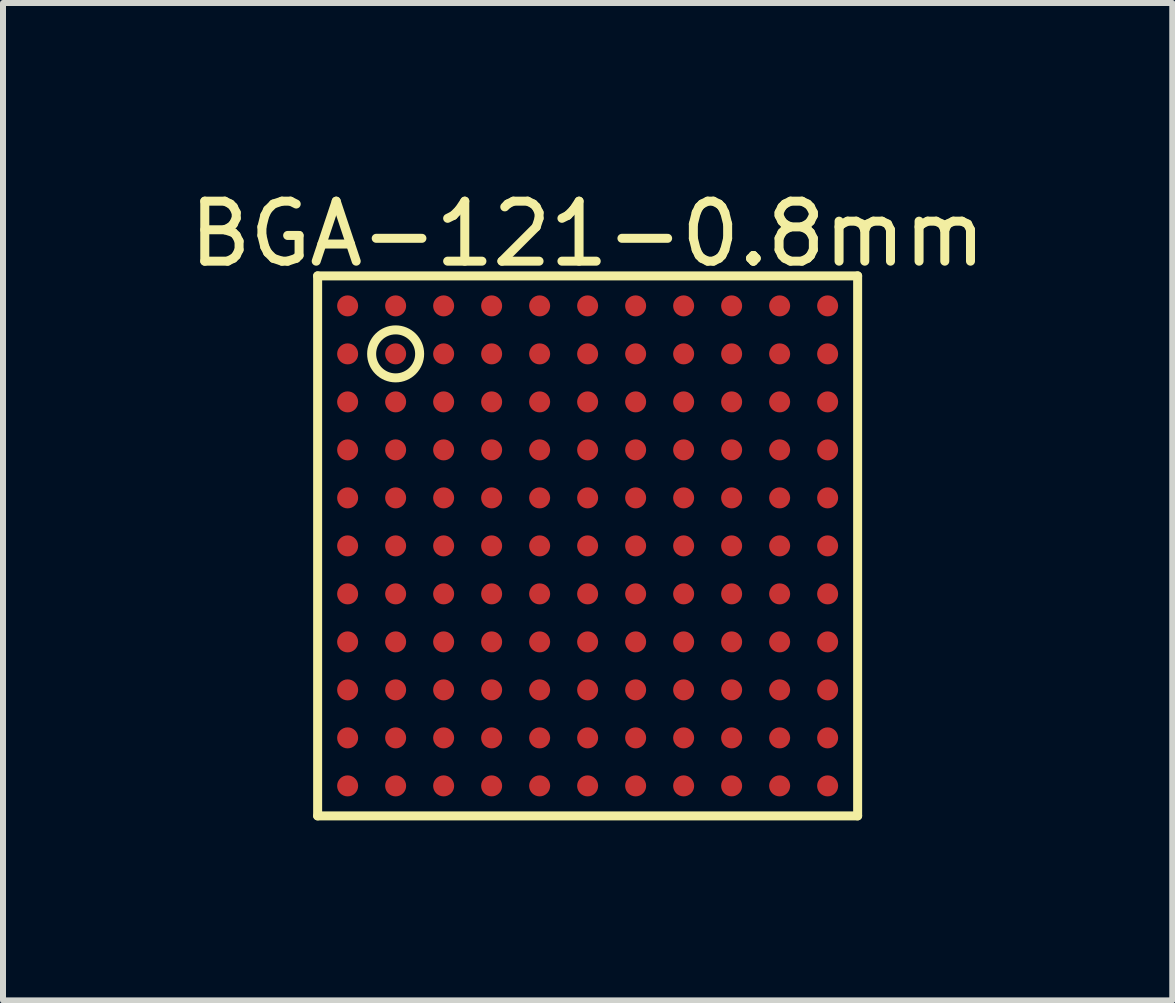
<source format=kicad_pcb>
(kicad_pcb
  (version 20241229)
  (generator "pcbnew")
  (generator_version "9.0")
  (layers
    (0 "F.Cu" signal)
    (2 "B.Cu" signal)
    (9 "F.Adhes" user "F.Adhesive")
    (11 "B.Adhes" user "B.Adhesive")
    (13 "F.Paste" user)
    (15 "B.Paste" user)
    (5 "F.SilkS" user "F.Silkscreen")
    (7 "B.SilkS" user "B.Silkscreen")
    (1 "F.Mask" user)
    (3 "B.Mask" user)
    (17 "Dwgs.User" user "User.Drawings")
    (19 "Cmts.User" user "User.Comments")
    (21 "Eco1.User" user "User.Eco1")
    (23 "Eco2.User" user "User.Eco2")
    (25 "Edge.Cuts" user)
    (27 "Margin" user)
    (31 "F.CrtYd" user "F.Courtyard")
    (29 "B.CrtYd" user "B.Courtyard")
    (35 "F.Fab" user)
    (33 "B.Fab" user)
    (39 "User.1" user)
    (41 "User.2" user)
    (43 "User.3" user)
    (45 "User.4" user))
  (footprint "BGA-121-0.8mm"
    (layer "F.Cu")
    (at 6.744 6.048)
    (property "Reference" "BGA-121-0.8mm" (at 0 -5.2 0) (layer "F.SilkS") (effects (font (size 1 1) (thickness 0.15))))
    (attr smd)
    (fp_line (start -4.5 -4.5) (end 4.5 -4.5) (stroke (width 0.15) (type solid)) (layer "F.SilkS"))
    (fp_line (start -4.5 4.5) (end -4.5 -4.5) (stroke (width 0.15) (type solid)) (layer "F.SilkS"))
    (fp_line (start 4.5 -4.5) (end 4.5 4.5) (stroke (width 0.15) (type solid)) (layer "F.SilkS"))
    (fp_line (start 4.5 4.5) (end -4.5 4.5) (stroke (width 0.15) (type solid)) (layer "F.SilkS"))
    (fp_circle (center -3.2 -3.2) (end -3.2 -3.6) (stroke (width 0.15) (type solid)) (fill no) (layer "F.SilkS"))
    (pad "A1" smd circle (at -4 -4) (size 0.35 0.35) (layers "F.Cu" "F.Mask" "F.Paste"))
    (pad "A2" smd circle (at -3.2 -4) (size 0.35 0.35) (layers "F.Cu" "F.Mask" "F.Paste"))
    (pad "A3" smd circle (at -2.4 -4) (size 0.35 0.35) (layers "F.Cu" "F.Mask" "F.Paste"))
    (pad "A4" smd circle (at -1.6 -4) (size 0.35 0.35) (layers "F.Cu" "F.Mask" "F.Paste"))
    (pad "A5" smd circle (at -0.8 -4) (size 0.35 0.35) (layers "F.Cu" "F.Mask" "F.Paste"))
    (pad "A6" smd circle (at 0 -4) (size 0.35 0.35) (layers "F.Cu" "F.Mask" "F.Paste"))
    (pad "A7" smd circle (at 0.8 -4) (size 0.35 0.35) (layers "F.Cu" "F.Mask" "F.Paste"))
    (pad "A8" smd circle (at 1.6 -4) (size 0.35 0.35) (layers "F.Cu" "F.Mask" "F.Paste"))
    (pad "A9" smd circle (at 2.4 -4) (size 0.35 0.35) (layers "F.Cu" "F.Mask" "F.Paste"))
    (pad "A10" smd circle (at 3.2 -4) (size 0.35 0.35) (layers "F.Cu" "F.Mask" "F.Paste"))
    (pad "A11" smd circle (at 4 -4) (size 0.35 0.35) (layers "F.Cu" "F.Mask" "F.Paste"))
    (pad "B1" smd circle (at -4 -3.2) (size 0.35 0.35) (layers "F.Cu" "F.Mask" "F.Paste"))
    (pad "B2" smd circle (at -3.2 -3.2) (size 0.35 0.35) (layers "F.Cu" "F.Mask" "F.Paste"))
    (pad "B3" smd circle (at -2.4 -3.2) (size 0.35 0.35) (layers "F.Cu" "F.Mask" "F.Paste"))
    (pad "B4" smd circle (at -1.6 -3.2) (size 0.35 0.35) (layers "F.Cu" "F.Mask" "F.Paste"))
    (pad "B5" smd circle (at -0.8 -3.2) (size 0.35 0.35) (layers "F.Cu" "F.Mask" "F.Paste"))
    (pad "B6" smd circle (at 0 -3.2) (size 0.35 0.35) (layers "F.Cu" "F.Mask" "F.Paste"))
    (pad "B7" smd circle (at 0.8 -3.2) (size 0.35 0.35) (layers "F.Cu" "F.Mask" "F.Paste"))
    (pad "B8" smd circle (at 1.6 -3.2) (size 0.35 0.35) (layers "F.Cu" "F.Mask" "F.Paste"))
    (pad "B9" smd circle (at 2.4 -3.2) (size 0.35 0.35) (layers "F.Cu" "F.Mask" "F.Paste"))
    (pad "B10" smd circle (at 3.2 -3.2) (size 0.35 0.35) (layers "F.Cu" "F.Mask" "F.Paste"))
    (pad "B11" smd circle (at 4 -3.2) (size 0.35 0.35) (layers "F.Cu" "F.Mask" "F.Paste"))
    (pad "C1" smd circle (at -4 -2.4) (size 0.35 0.35) (layers "F.Cu" "F.Mask" "F.Paste"))
    (pad "C2" smd circle (at -3.2 -2.4) (size 0.35 0.35) (layers "F.Cu" "F.Mask" "F.Paste"))
    (pad "C3" smd circle (at -2.4 -2.4) (size 0.35 0.35) (layers "F.Cu" "F.Mask" "F.Paste"))
    (pad "C4" smd circle (at -1.6 -2.4) (size 0.35 0.35) (layers "F.Cu" "F.Mask" "F.Paste"))
    (pad "C5" smd circle (at -0.8 -2.4) (size 0.35 0.35) (layers "F.Cu" "F.Mask" "F.Paste"))
    (pad "C6" smd circle (at 0 -2.4) (size 0.35 0.35) (layers "F.Cu" "F.Mask" "F.Paste"))
    (pad "C7" smd circle (at 0.8 -2.4) (size 0.35 0.35) (layers "F.Cu" "F.Mask" "F.Paste"))
    (pad "C8" smd circle (at 1.6 -2.4) (size 0.35 0.35) (layers "F.Cu" "F.Mask" "F.Paste"))
    (pad "C9" smd circle (at 2.4 -2.4) (size 0.35 0.35) (layers "F.Cu" "F.Mask" "F.Paste"))
    (pad "C10" smd circle (at 3.2 -2.4) (size 0.35 0.35) (layers "F.Cu" "F.Mask" "F.Paste"))
    (pad "C11" smd circle (at 4 -2.4) (size 0.35 0.35) (layers "F.Cu" "F.Mask" "F.Paste"))
    (pad "D1" smd circle (at -4 -1.6) (size 0.35 0.35) (layers "F.Cu" "F.Mask" "F.Paste"))
    (pad "D2" smd circle (at -3.2 -1.6) (size 0.35 0.35) (layers "F.Cu" "F.Mask" "F.Paste"))
    (pad "D3" smd circle (at -2.4 -1.6) (size 0.35 0.35) (layers "F.Cu" "F.Mask" "F.Paste"))
    (pad "D4" smd circle (at -1.6 -1.6) (size 0.35 0.35) (layers "F.Cu" "F.Mask" "F.Paste"))
    (pad "D5" smd circle (at -0.8 -1.6) (size 0.35 0.35) (layers "F.Cu" "F.Mask" "F.Paste"))
    (pad "D6" smd circle (at 0 -1.6) (size 0.35 0.35) (layers "F.Cu" "F.Mask" "F.Paste"))
    (pad "D7" smd circle (at 0.8 -1.6) (size 0.35 0.35) (layers "F.Cu" "F.Mask" "F.Paste"))
    (pad "D8" smd circle (at 1.6 -1.6) (size 0.35 0.35) (layers "F.Cu" "F.Mask" "F.Paste"))
    (pad "D9" smd circle (at 2.4 -1.6) (size 0.35 0.35) (layers "F.Cu" "F.Mask" "F.Paste"))
    (pad "D10" smd circle (at 3.2 -1.6) (size 0.35 0.35) (layers "F.Cu" "F.Mask" "F.Paste"))
    (pad "D11" smd circle (at 4 -1.6) (size 0.35 0.35) (layers "F.Cu" "F.Mask" "F.Paste"))
    (pad "E1" smd circle (at -4 -0.8) (size 0.35 0.35) (layers "F.Cu" "F.Mask" "F.Paste"))
    (pad "E2" smd circle (at -3.2 -0.8) (size 0.35 0.35) (layers "F.Cu" "F.Mask" "F.Paste"))
    (pad "E3" smd circle (at -2.4 -0.8) (size 0.35 0.35) (layers "F.Cu" "F.Mask" "F.Paste"))
    (pad "E4" smd circle (at -1.6 -0.8) (size 0.35 0.35) (layers "F.Cu" "F.Mask" "F.Paste"))
    (pad "E5" smd circle (at -0.8 -0.8) (size 0.35 0.35) (layers "F.Cu" "F.Mask" "F.Paste"))
    (pad "E6" smd circle (at 0 -0.8) (size 0.35 0.35) (layers "F.Cu" "F.Mask" "F.Paste"))
    (pad "E7" smd circle (at 0.8 -0.8) (size 0.35 0.35) (layers "F.Cu" "F.Mask" "F.Paste"))
    (pad "E8" smd circle (at 1.6 -0.8) (size 0.35 0.35) (layers "F.Cu" "F.Mask" "F.Paste"))
    (pad "E9" smd circle (at 2.4 -0.8) (size 0.35 0.35) (layers "F.Cu" "F.Mask" "F.Paste"))
    (pad "E10" smd circle (at 3.2 -0.8) (size 0.35 0.35) (layers "F.Cu" "F.Mask" "F.Paste"))
    (pad "E11" smd circle (at 4 -0.8) (size 0.35 0.35) (layers "F.Cu" "F.Mask" "F.Paste"))
    (pad "F1" smd circle (at -4 0) (size 0.35 0.35) (layers "F.Cu" "F.Mask" "F.Paste"))
    (pad "F2" smd circle (at -3.2 0) (size 0.35 0.35) (layers "F.Cu" "F.Mask" "F.Paste"))
    (pad "F3" smd circle (at -2.4 0) (size 0.35 0.35) (layers "F.Cu" "F.Mask" "F.Paste"))
    (pad "F4" smd circle (at -1.6 0) (size 0.35 0.35) (layers "F.Cu" "F.Mask" "F.Paste"))
    (pad "F5" smd circle (at -0.8 0) (size 0.35 0.35) (layers "F.Cu" "F.Mask" "F.Paste"))
    (pad "F6" smd circle (at 0 0) (size 0.35 0.35) (layers "F.Cu" "F.Mask" "F.Paste"))
    (pad "F7" smd circle (at 0.8 0) (size 0.35 0.35) (layers "F.Cu" "F.Mask" "F.Paste"))
    (pad "F8" smd circle (at 1.6 0) (size 0.35 0.35) (layers "F.Cu" "F.Mask" "F.Paste"))
    (pad "F9" smd circle (at 2.4 0) (size 0.35 0.35) (layers "F.Cu" "F.Mask" "F.Paste"))
    (pad "F10" smd circle (at 3.2 0) (size 0.35 0.35) (layers "F.Cu" "F.Mask" "F.Paste"))
    (pad "F11" smd circle (at 4 0) (size 0.35 0.35) (layers "F.Cu" "F.Mask" "F.Paste"))
    (pad "G1" smd circle (at -4 0.8) (size 0.35 0.35) (layers "F.Cu" "F.Mask" "F.Paste"))
    (pad "G2" smd circle (at -3.2 0.8) (size 0.35 0.35) (layers "F.Cu" "F.Mask" "F.Paste"))
    (pad "G3" smd circle (at -2.4 0.8) (size 0.35 0.35) (layers "F.Cu" "F.Mask" "F.Paste"))
    (pad "G4" smd circle (at -1.6 0.8) (size 0.35 0.35) (layers "F.Cu" "F.Mask" "F.Paste"))
    (pad "G5" smd circle (at -0.8 0.8) (size 0.35 0.35) (layers "F.Cu" "F.Mask" "F.Paste"))
    (pad "G6" smd circle (at 0 0.8) (size 0.35 0.35) (layers "F.Cu" "F.Mask" "F.Paste"))
    (pad "G7" smd circle (at 0.8 0.8) (size 0.35 0.35) (layers "F.Cu" "F.Mask" "F.Paste"))
    (pad "G8" smd circle (at 1.6 0.8) (size 0.35 0.35) (layers "F.Cu" "F.Mask" "F.Paste"))
    (pad "G9" smd circle (at 2.4 0.8) (size 0.35 0.35) (layers "F.Cu" "F.Mask" "F.Paste"))
    (pad "G10" smd circle (at 3.2 0.8) (size 0.35 0.35) (layers "F.Cu" "F.Mask" "F.Paste"))
    (pad "G11" smd circle (at 4 0.8) (size 0.35 0.35) (layers "F.Cu" "F.Mask" "F.Paste"))
    (pad "H1" smd circle (at -4 1.6) (size 0.35 0.35) (layers "F.Cu" "F.Mask" "F.Paste"))
    (pad "H2" smd circle (at -3.2 1.6) (size 0.35 0.35) (layers "F.Cu" "F.Mask" "F.Paste"))
    (pad "H3" smd circle (at -2.4 1.6) (size 0.35 0.35) (layers "F.Cu" "F.Mask" "F.Paste"))
    (pad "H4" smd circle (at -1.6 1.6) (size 0.35 0.35) (layers "F.Cu" "F.Mask" "F.Paste"))
    (pad "H5" smd circle (at -0.8 1.6) (size 0.35 0.35) (layers "F.Cu" "F.Mask" "F.Paste"))
    (pad "H6" smd circle (at 0 1.6) (size 0.35 0.35) (layers "F.Cu" "F.Mask" "F.Paste"))
    (pad "H7" smd circle (at 0.8 1.6) (size 0.35 0.35) (layers "F.Cu" "F.Mask" "F.Paste"))
    (pad "H8" smd circle (at 1.6 1.6) (size 0.35 0.35) (layers "F.Cu" "F.Mask" "F.Paste"))
    (pad "H9" smd circle (at 2.4 1.6) (size 0.35 0.35) (layers "F.Cu" "F.Mask" "F.Paste"))
    (pad "H10" smd circle (at 3.2 1.6) (size 0.35 0.35) (layers "F.Cu" "F.Mask" "F.Paste"))
    (pad "H11" smd circle (at 4 1.6) (size 0.35 0.35) (layers "F.Cu" "F.Mask" "F.Paste"))
    (pad "J1" smd circle (at -4 2.4) (size 0.35 0.35) (layers "F.Cu" "F.Mask" "F.Paste"))
    (pad "J2" smd circle (at -3.2 2.4) (size 0.35 0.35) (layers "F.Cu" "F.Mask" "F.Paste"))
    (pad "J3" smd circle (at -2.4 2.4) (size 0.35 0.35) (layers "F.Cu" "F.Mask" "F.Paste"))
    (pad "J4" smd circle (at -1.6 2.4) (size 0.35 0.35) (layers "F.Cu" "F.Mask" "F.Paste"))
    (pad "J5" smd circle (at -0.8 2.4) (size 0.35 0.35) (layers "F.Cu" "F.Mask" "F.Paste"))
    (pad "J6" smd circle (at 0 2.4) (size 0.35 0.35) (layers "F.Cu" "F.Mask" "F.Paste"))
    (pad "J7" smd circle (at 0.8 2.4) (size 0.35 0.35) (layers "F.Cu" "F.Mask" "F.Paste"))
    (pad "J8" smd circle (at 1.6 2.4) (size 0.35 0.35) (layers "F.Cu" "F.Mask" "F.Paste"))
    (pad "J9" smd circle (at 2.4 2.4) (size 0.35 0.35) (layers "F.Cu" "F.Mask" "F.Paste"))
    (pad "J10" smd circle (at 3.2 2.4) (size 0.35 0.35) (layers "F.Cu" "F.Mask" "F.Paste"))
    (pad "J11" smd circle (at 4 2.4) (size 0.35 0.35) (layers "F.Cu" "F.Mask" "F.Paste"))
    (pad "K1" smd circle (at -4 3.2) (size 0.35 0.35) (layers "F.Cu" "F.Mask" "F.Paste"))
    (pad "K2" smd circle (at -3.2 3.2) (size 0.35 0.35) (layers "F.Cu" "F.Mask" "F.Paste"))
    (pad "K3" smd circle (at -2.4 3.2) (size 0.35 0.35) (layers "F.Cu" "F.Mask" "F.Paste"))
    (pad "K4" smd circle (at -1.6 3.2) (size 0.35 0.35) (layers "F.Cu" "F.Mask" "F.Paste"))
    (pad "K5" smd circle (at -0.8 3.2) (size 0.35 0.35) (layers "F.Cu" "F.Mask" "F.Paste"))
    (pad "K6" smd circle (at 0 3.2) (size 0.35 0.35) (layers "F.Cu" "F.Mask" "F.Paste"))
    (pad "K7" smd circle (at 0.8 3.2) (size 0.35 0.35) (layers "F.Cu" "F.Mask" "F.Paste"))
    (pad "K8" smd circle (at 1.6 3.2) (size 0.35 0.35) (layers "F.Cu" "F.Mask" "F.Paste"))
    (pad "K9" smd circle (at 2.4 3.2) (size 0.35 0.35) (layers "F.Cu" "F.Mask" "F.Paste"))
    (pad "K10" smd circle (at 3.2 3.2) (size 0.35 0.35) (layers "F.Cu" "F.Mask" "F.Paste"))
    (pad "K11" smd circle (at 4 3.2) (size 0.35 0.35) (layers "F.Cu" "F.Mask" "F.Paste"))
    (pad "L1" smd circle (at -4 4) (size 0.35 0.35) (layers "F.Cu" "F.Mask" "F.Paste"))
    (pad "L2" smd circle (at -3.2 4) (size 0.35 0.35) (layers "F.Cu" "F.Mask" "F.Paste"))
    (pad "L3" smd circle (at -2.4 4) (size 0.35 0.35) (layers "F.Cu" "F.Mask" "F.Paste"))
    (pad "L4" smd circle (at -1.6 4) (size 0.35 0.35) (layers "F.Cu" "F.Mask" "F.Paste"))
    (pad "L5" smd circle (at -0.8 4) (size 0.35 0.35) (layers "F.Cu" "F.Mask" "F.Paste"))
    (pad "L6" smd circle (at 0 4) (size 0.35 0.35) (layers "F.Cu" "F.Mask" "F.Paste"))
    (pad "L7" smd circle (at 0.8 4) (size 0.35 0.35) (layers "F.Cu" "F.Mask" "F.Paste"))
    (pad "L8" smd circle (at 1.6 4) (size 0.35 0.35) (layers "F.Cu" "F.Mask" "F.Paste"))
    (pad "L9" smd circle (at 2.4 4) (size 0.35 0.35) (layers "F.Cu" "F.Mask" "F.Paste"))
    (pad "L10" smd circle (at 3.2 4) (size 0.35 0.35) (layers "F.Cu" "F.Mask" "F.Paste"))
    (pad "L11" smd circle (at 4 4) (size 0.35 0.35) (layers "F.Cu" "F.Mask" "F.Paste")))
  (gr_rect
    (start -3 -3)
    (end 16.488 13.623)
    (stroke (width 0.1) (type default))
    (fill no)
    (layer "Edge.Cuts")))
</source>
